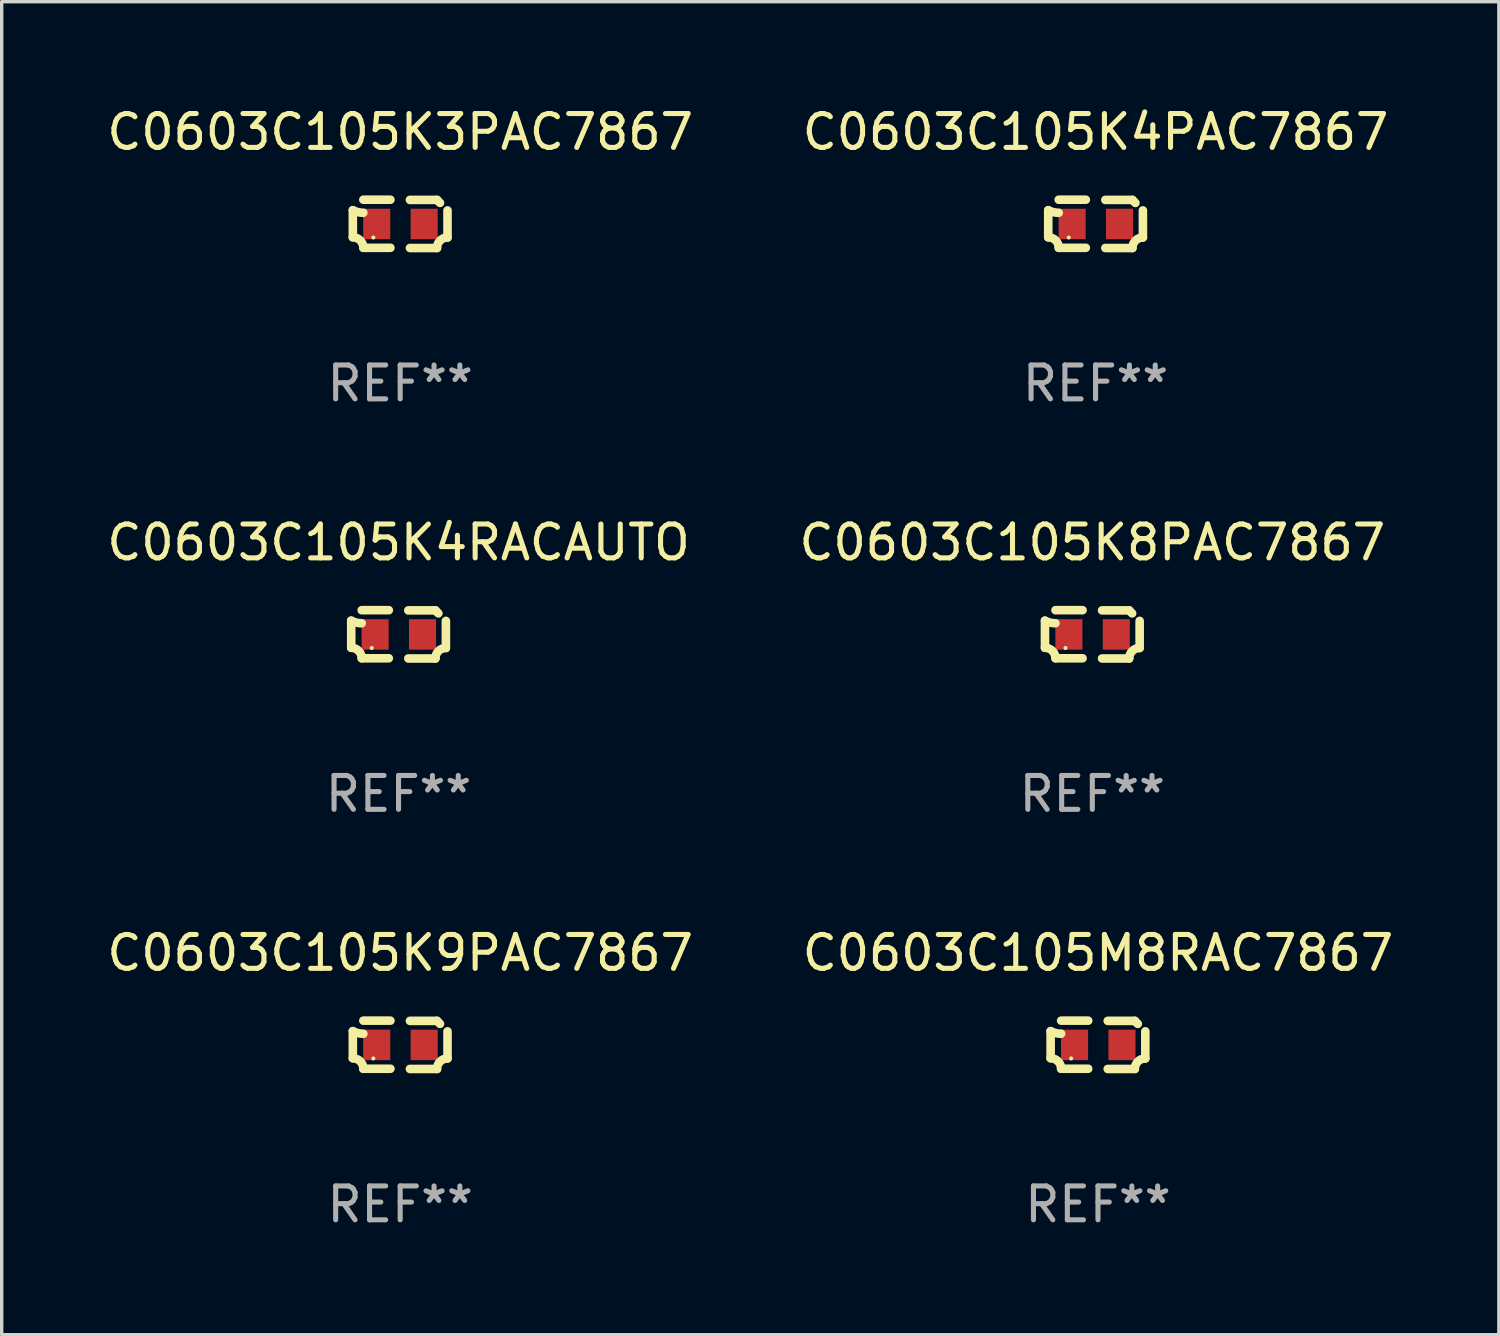
<source format=kicad_pcb>
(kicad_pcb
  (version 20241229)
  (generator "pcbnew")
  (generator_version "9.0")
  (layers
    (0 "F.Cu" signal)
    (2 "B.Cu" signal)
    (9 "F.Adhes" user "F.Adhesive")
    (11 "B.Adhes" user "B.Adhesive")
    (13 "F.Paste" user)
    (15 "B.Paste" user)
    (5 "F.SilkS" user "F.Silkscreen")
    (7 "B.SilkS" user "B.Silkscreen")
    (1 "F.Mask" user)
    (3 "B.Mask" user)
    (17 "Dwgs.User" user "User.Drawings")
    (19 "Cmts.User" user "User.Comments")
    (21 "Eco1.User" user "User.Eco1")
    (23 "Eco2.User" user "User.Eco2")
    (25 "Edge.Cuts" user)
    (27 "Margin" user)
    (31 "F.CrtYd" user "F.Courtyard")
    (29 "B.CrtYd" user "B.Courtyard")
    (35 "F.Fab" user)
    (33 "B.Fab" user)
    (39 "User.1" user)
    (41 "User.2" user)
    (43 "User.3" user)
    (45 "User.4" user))
  (footprint "C0603C105K3PAC7867"
    (layer "F.Cu")
    (at 8.768 3.561)
    (property "Reference" "C0603C105K3PAC7867" (at 0 -2.713 0) (layer "F.SilkS") (effects (font (size 1 1) (thickness 0.15))))
    (attr through_hole)
    (fp_line (start -1.398 -0.403) (end -1.398 0.397) (stroke (width 0.254) (type solid)) (layer "F.SilkS"))
    (fp_line (start -0.288 -0.713) (end -1.088 -0.713) (stroke (width 0.254) (type solid)) (layer "F.SilkS"))
    (fp_line (start -0.288 0.707) (end -1.088 0.707) (stroke (width 0.254) (type solid)) (layer "F.SilkS"))
    (fp_line (start 0.288 -0.707) (end 1.088 -0.707) (stroke (width 0.254) (type solid)) (layer "F.SilkS"))
    (fp_line (start 0.288 0.713) (end 1.088 0.713) (stroke (width 0.254) (type solid)) (layer "F.SilkS"))
    (fp_line (start 1.398 -0.397) (end 1.398 0.403) (stroke (width 0.254) (type solid)) (layer "F.SilkS"))
    (fp_arc (start -1.397789 0.397066) (mid -1.178701 0.487826) (end -1.08796 0.706922) (stroke (width 0.254001) (type solid)) (layer "F.SilkS"))
    (fp_arc (start -1.08796 -0.327176) (mid -1.247436 -0.346384) (end -1.39779 -0.402908) (stroke (width 0.254001) (type solid)) (layer "F.SilkS"))
    (fp_arc (start 1.087909 0.712738) (mid 1.178656 0.493655) (end 1.397739 0.402908) (stroke (width 0.254001) (type solid)) (layer "F.SilkS"))
    (fp_arc (start 1.175925 -0.618926) (mid 1.131917 -0.662923) (end 1.08791 -0.706922) (stroke (width 0.254001) (type solid)) (layer "F.SilkS"))
    (fp_circle (center -0.792 0.403) (end -0.762 0.403) (stroke (width 0.06) (type solid)) (fill no) (layer "F.SilkS"))
    (fp_text user "REF**" (at 0 4.713 0) (layer "F.Fab") (effects (font (size 1 1) (thickness 0.15))))
    (pad "1" smd rect (at -0.692 0.003) (size 0.8 0.9) (layers "F.Cu" "F.Mask" "F.Paste"))
    (pad "2" smd rect (at 0.708 0.003) (size 0.8 0.9) (layers "F.Cu" "F.Mask" "F.Paste")))
  (footprint "C0603C105K8PAC7867"
    (layer "F.Cu")
    (at 29.208 15.683)
    (property "Reference" "C0603C105K8PAC7867" (at 0 -2.713 0) (layer "F.SilkS") (effects (font (size 1 1) (thickness 0.15))))
    (attr through_hole)
    (fp_line (start -1.398 -0.403) (end -1.398 0.397) (stroke (width 0.254) (type solid)) (layer "F.SilkS"))
    (fp_line (start -0.288 -0.713) (end -1.088 -0.713) (stroke (width 0.254) (type solid)) (layer "F.SilkS"))
    (fp_line (start -0.288 0.707) (end -1.088 0.707) (stroke (width 0.254) (type solid)) (layer "F.SilkS"))
    (fp_line (start 0.288 -0.707) (end 1.088 -0.707) (stroke (width 0.254) (type solid)) (layer "F.SilkS"))
    (fp_line (start 0.288 0.713) (end 1.088 0.713) (stroke (width 0.254) (type solid)) (layer "F.SilkS"))
    (fp_line (start 1.398 -0.397) (end 1.398 0.403) (stroke (width 0.254) (type solid)) (layer "F.SilkS"))
    (fp_arc (start -1.397789 0.397066) (mid -1.178701 0.487826) (end -1.08796 0.706922) (stroke (width 0.254001) (type solid)) (layer "F.SilkS"))
    (fp_arc (start -1.08796 -0.327176) (mid -1.247436 -0.346384) (end -1.39779 -0.402908) (stroke (width 0.254001) (type solid)) (layer "F.SilkS"))
    (fp_arc (start 1.087909 0.712738) (mid 1.178656 0.493655) (end 1.397739 0.402908) (stroke (width 0.254001) (type solid)) (layer "F.SilkS"))
    (fp_arc (start 1.175925 -0.618926) (mid 1.131917 -0.662923) (end 1.08791 -0.706922) (stroke (width 0.254001) (type solid)) (layer "F.SilkS"))
    (fp_circle (center -0.792 0.403) (end -0.762 0.403) (stroke (width 0.06) (type solid)) (fill no) (layer "F.SilkS"))
    (fp_text user "REF**" (at 0 4.713 0) (layer "F.Fab") (effects (font (size 1 1) (thickness 0.15))))
    (pad "1" smd rect (at -0.692 0.003) (size 0.8 0.9) (layers "F.Cu" "F.Mask" "F.Paste"))
    (pad "2" smd rect (at 0.708 0.003) (size 0.8 0.9) (layers "F.Cu" "F.Mask" "F.Paste")))
  (footprint "C0603C105K4RACAUTO"
    (layer "F.Cu")
    (at 8.72 15.683)
    (property "Reference" "C0603C105K4RACAUTO" (at 0 -2.713 0) (layer "F.SilkS") (effects (font (size 1 1) (thickness 0.15))))
    (attr through_hole)
    (fp_line (start -1.398 -0.403) (end -1.398 0.397) (stroke (width 0.254) (type solid)) (layer "F.SilkS"))
    (fp_line (start -0.288 -0.713) (end -1.088 -0.713) (stroke (width 0.254) (type solid)) (layer "F.SilkS"))
    (fp_line (start -0.288 0.707) (end -1.088 0.707) (stroke (width 0.254) (type solid)) (layer "F.SilkS"))
    (fp_line (start 0.288 -0.707) (end 1.088 -0.707) (stroke (width 0.254) (type solid)) (layer "F.SilkS"))
    (fp_line (start 0.288 0.713) (end 1.088 0.713) (stroke (width 0.254) (type solid)) (layer "F.SilkS"))
    (fp_line (start 1.398 -0.397) (end 1.398 0.403) (stroke (width 0.254) (type solid)) (layer "F.SilkS"))
    (fp_arc (start -1.397789 0.397066) (mid -1.178701 0.487826) (end -1.08796 0.706922) (stroke (width 0.254001) (type solid)) (layer "F.SilkS"))
    (fp_arc (start -1.08796 -0.327176) (mid -1.247436 -0.346384) (end -1.39779 -0.402908) (stroke (width 0.254001) (type solid)) (layer "F.SilkS"))
    (fp_arc (start 1.087909 0.712738) (mid 1.178656 0.493655) (end 1.397739 0.402908) (stroke (width 0.254001) (type solid)) (layer "F.SilkS"))
    (fp_arc (start 1.175925 -0.618926) (mid 1.131917 -0.662923) (end 1.08791 -0.706922) (stroke (width 0.254001) (type solid)) (layer "F.SilkS"))
    (fp_circle (center -0.792 0.403) (end -0.762 0.403) (stroke (width 0.06) (type solid)) (fill no) (layer "F.SilkS"))
    (fp_text user "REF**" (at 0 4.713 0) (layer "F.Fab") (effects (font (size 1 1) (thickness 0.15))))
    (pad "1" smd rect (at -0.692 0.003) (size 0.8 0.9) (layers "F.Cu" "F.Mask" "F.Paste"))
    (pad "2" smd rect (at 0.708 0.003) (size 0.8 0.9) (layers "F.Cu" "F.Mask" "F.Paste")))
  (footprint "C0603C105K4PAC7867"
    (layer "F.Cu")
    (at 29.304 3.561)
    (property "Reference" "C0603C105K4PAC7867" (at 0 -2.713 0) (layer "F.SilkS") (effects (font (size 1 1) (thickness 0.15))))
    (attr through_hole)
    (fp_line (start -1.398 -0.403) (end -1.398 0.397) (stroke (width 0.254) (type solid)) (layer "F.SilkS"))
    (fp_line (start -0.288 -0.713) (end -1.088 -0.713) (stroke (width 0.254) (type solid)) (layer "F.SilkS"))
    (fp_line (start -0.288 0.707) (end -1.088 0.707) (stroke (width 0.254) (type solid)) (layer "F.SilkS"))
    (fp_line (start 0.288 -0.707) (end 1.088 -0.707) (stroke (width 0.254) (type solid)) (layer "F.SilkS"))
    (fp_line (start 0.288 0.713) (end 1.088 0.713) (stroke (width 0.254) (type solid)) (layer "F.SilkS"))
    (fp_line (start 1.398 -0.397) (end 1.398 0.403) (stroke (width 0.254) (type solid)) (layer "F.SilkS"))
    (fp_arc (start -1.397789 0.397066) (mid -1.178701 0.487826) (end -1.08796 0.706922) (stroke (width 0.254001) (type solid)) (layer "F.SilkS"))
    (fp_arc (start -1.08796 -0.327176) (mid -1.247436 -0.346384) (end -1.39779 -0.402908) (stroke (width 0.254001) (type solid)) (layer "F.SilkS"))
    (fp_arc (start 1.087909 0.712738) (mid 1.178656 0.493655) (end 1.397739 0.402908) (stroke (width 0.254001) (type solid)) (layer "F.SilkS"))
    (fp_arc (start 1.175925 -0.618926) (mid 1.131917 -0.662923) (end 1.08791 -0.706922) (stroke (width 0.254001) (type solid)) (layer "F.SilkS"))
    (fp_circle (center -0.792 0.403) (end -0.762 0.403) (stroke (width 0.06) (type solid)) (fill no) (layer "F.SilkS"))
    (fp_text user "REF**" (at 0 4.713 0) (layer "F.Fab") (effects (font (size 1 1) (thickness 0.15))))
    (pad "1" smd rect (at -0.692 0.003) (size 0.8 0.9) (layers "F.Cu" "F.Mask" "F.Paste"))
    (pad "2" smd rect (at 0.708 0.003) (size 0.8 0.9) (layers "F.Cu" "F.Mask" "F.Paste")))
  (footprint "C0603C105K9PAC7867"
    (layer "F.Cu")
    (at 8.768 27.805)
    (property "Reference" "C0603C105K9PAC7867" (at 0 -2.713 0) (layer "F.SilkS") (effects (font (size 1 1) (thickness 0.15))))
    (attr through_hole)
    (fp_line (start -1.398 -0.403) (end -1.398 0.397) (stroke (width 0.254) (type solid)) (layer "F.SilkS"))
    (fp_line (start -0.288 -0.713) (end -1.088 -0.713) (stroke (width 0.254) (type solid)) (layer "F.SilkS"))
    (fp_line (start -0.288 0.707) (end -1.088 0.707) (stroke (width 0.254) (type solid)) (layer "F.SilkS"))
    (fp_line (start 0.288 -0.707) (end 1.088 -0.707) (stroke (width 0.254) (type solid)) (layer "F.SilkS"))
    (fp_line (start 0.288 0.713) (end 1.088 0.713) (stroke (width 0.254) (type solid)) (layer "F.SilkS"))
    (fp_line (start 1.398 -0.397) (end 1.398 0.403) (stroke (width 0.254) (type solid)) (layer "F.SilkS"))
    (fp_arc (start -1.397789 0.397066) (mid -1.178701 0.487826) (end -1.08796 0.706922) (stroke (width 0.254001) (type solid)) (layer "F.SilkS"))
    (fp_arc (start -1.08796 -0.327176) (mid -1.247436 -0.346384) (end -1.39779 -0.402908) (stroke (width 0.254001) (type solid)) (layer "F.SilkS"))
    (fp_arc (start 1.087909 0.712738) (mid 1.178656 0.493655) (end 1.397739 0.402908) (stroke (width 0.254001) (type solid)) (layer "F.SilkS"))
    (fp_arc (start 1.175925 -0.618926) (mid 1.131917 -0.662923) (end 1.08791 -0.706922) (stroke (width 0.254001) (type solid)) (layer "F.SilkS"))
    (fp_circle (center -0.792 0.403) (end -0.762 0.403) (stroke (width 0.06) (type solid)) (fill no) (layer "F.SilkS"))
    (fp_text user "REF**" (at 0 4.713 0) (layer "F.Fab") (effects (font (size 1 1) (thickness 0.15))))
    (pad "1" smd rect (at -0.692 0.003) (size 0.8 0.9) (layers "F.Cu" "F.Mask" "F.Paste"))
    (pad "2" smd rect (at 0.708 0.003) (size 0.8 0.9) (layers "F.Cu" "F.Mask" "F.Paste")))
  (footprint "C0603C105M8RAC7867"
    (layer "F.Cu")
    (at 29.375 27.805)
    (property "Reference" "C0603C105M8RAC7867" (at 0 -2.713 0) (layer "F.SilkS") (effects (font (size 1 1) (thickness 0.15))))
    (attr through_hole)
    (fp_line (start -1.398 -0.403) (end -1.398 0.397) (stroke (width 0.254) (type solid)) (layer "F.SilkS"))
    (fp_line (start -0.288 -0.713) (end -1.088 -0.713) (stroke (width 0.254) (type solid)) (layer "F.SilkS"))
    (fp_line (start -0.288 0.707) (end -1.088 0.707) (stroke (width 0.254) (type solid)) (layer "F.SilkS"))
    (fp_line (start 0.288 -0.707) (end 1.088 -0.707) (stroke (width 0.254) (type solid)) (layer "F.SilkS"))
    (fp_line (start 0.288 0.713) (end 1.088 0.713) (stroke (width 0.254) (type solid)) (layer "F.SilkS"))
    (fp_line (start 1.398 -0.397) (end 1.398 0.403) (stroke (width 0.254) (type solid)) (layer "F.SilkS"))
    (fp_arc (start -1.397789 0.397066) (mid -1.178701 0.487826) (end -1.08796 0.706922) (stroke (width 0.254001) (type solid)) (layer "F.SilkS"))
    (fp_arc (start -1.08796 -0.327176) (mid -1.247436 -0.346384) (end -1.39779 -0.402908) (stroke (width 0.254001) (type solid)) (layer "F.SilkS"))
    (fp_arc (start 1.087909 0.712738) (mid 1.178656 0.493655) (end 1.397739 0.402908) (stroke (width 0.254001) (type solid)) (layer "F.SilkS"))
    (fp_arc (start 1.175925 -0.618926) (mid 1.131917 -0.662923) (end 1.08791 -0.706922) (stroke (width 0.254001) (type solid)) (layer "F.SilkS"))
    (fp_circle (center -0.792 0.403) (end -0.762 0.403) (stroke (width 0.06) (type solid)) (fill no) (layer "F.SilkS"))
    (fp_text user "REF**" (at 0 4.713 0) (layer "F.Fab") (effects (font (size 1 1) (thickness 0.15))))
    (pad "1" smd rect (at -0.692 0.003) (size 0.8 0.9) (layers "F.Cu" "F.Mask" "F.Paste"))
    (pad "2" smd rect (at 0.708 0.003) (size 0.8 0.9) (layers "F.Cu" "F.Mask" "F.Paste")))
  (gr_rect
    (start -3 -3)
    (end 41.214 36.366)
    (stroke (width 0.1) (type default))
    (fill no)
    (layer "Edge.Cuts")))
</source>
